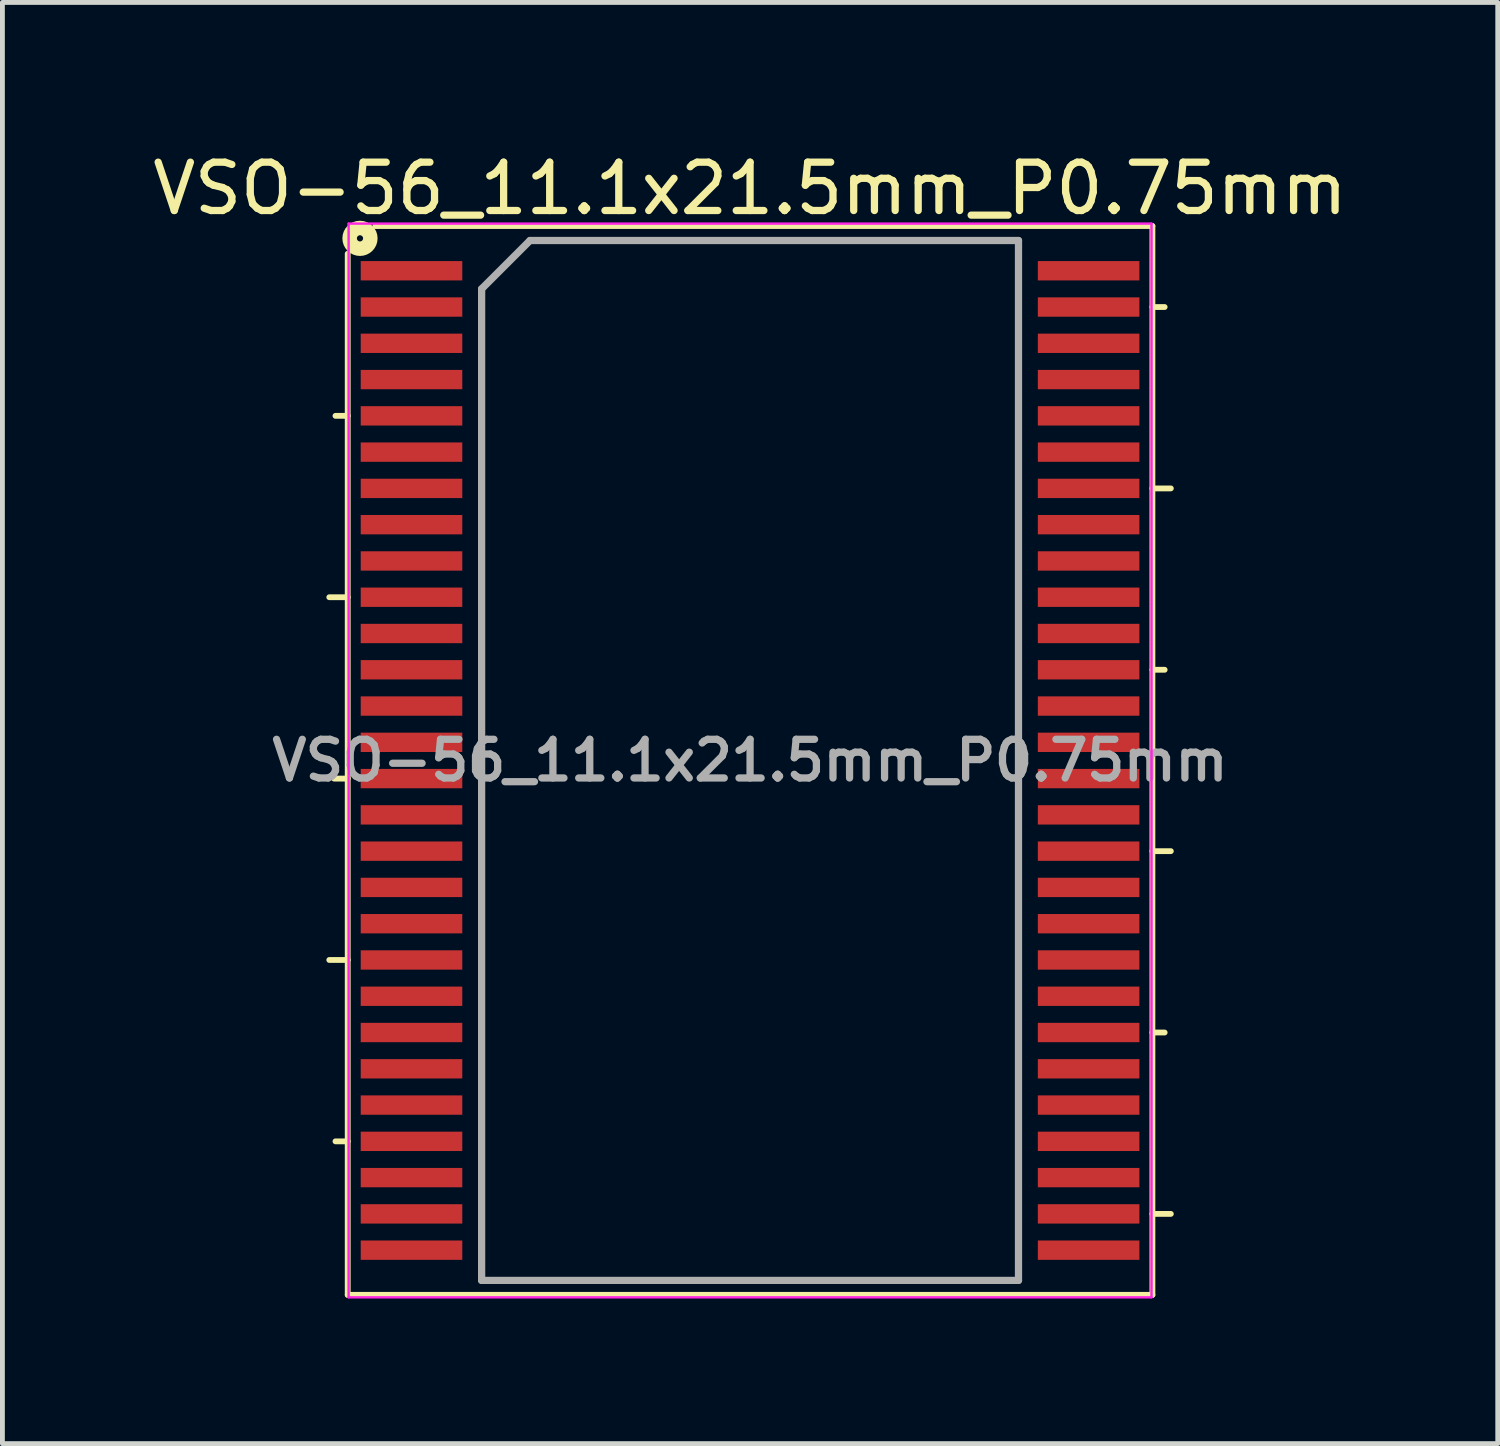
<source format=kicad_pcb>
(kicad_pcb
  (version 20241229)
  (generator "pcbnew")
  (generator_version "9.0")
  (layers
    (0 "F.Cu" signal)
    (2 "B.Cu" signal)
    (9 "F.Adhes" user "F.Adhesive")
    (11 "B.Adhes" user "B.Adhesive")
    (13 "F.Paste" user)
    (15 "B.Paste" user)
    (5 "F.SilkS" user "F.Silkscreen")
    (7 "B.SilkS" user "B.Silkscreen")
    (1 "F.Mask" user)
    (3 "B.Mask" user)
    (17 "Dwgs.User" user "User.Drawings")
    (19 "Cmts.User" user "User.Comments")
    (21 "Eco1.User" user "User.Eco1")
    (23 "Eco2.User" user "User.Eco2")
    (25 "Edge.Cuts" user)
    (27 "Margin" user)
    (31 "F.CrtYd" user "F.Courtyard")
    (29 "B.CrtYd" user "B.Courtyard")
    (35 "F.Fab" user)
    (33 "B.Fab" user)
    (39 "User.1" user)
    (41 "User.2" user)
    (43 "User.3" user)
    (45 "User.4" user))
  (footprint "VSO-56_11.1x21.5mm_P0.75mm"
    (layer "F.Cu")
    (at 12.458 12.673)
    (property "Reference" "VSO-56_11.1x21.5mm_P0.75mm" (at 0 -11.825 0) (layer "F.SilkS") (effects (font (size 1 1) (thickness 0.15))))
    (attr smd)
    (fp_line (start -8.319 -10.477) (end -8.319 11.049) (stroke (width 0.12) (type solid)) (layer "F.SilkS"))
    (fp_line (start -8.319 -7.125) (end -8.572 -7.125) (stroke (width 0.12) (type solid)) (layer "F.SilkS"))
    (fp_line (start -8.319 -3.375) (end -8.7 -3.375) (stroke (width 0.12) (type solid)) (layer "F.SilkS"))
    (fp_line (start -8.319 0.375) (end -8.6 0.375) (stroke (width 0.12) (type solid)) (layer "F.SilkS"))
    (fp_line (start -8.319 4.125) (end -8.7 4.125) (stroke (width 0.12) (type solid)) (layer "F.SilkS"))
    (fp_line (start -8.319 7.875) (end -8.572 7.875) (stroke (width 0.12) (type solid)) (layer "F.SilkS"))
    (fp_line (start -8.319 11.049) (end 8.319 11.049) (stroke (width 0.12) (type solid)) (layer "F.SilkS"))
    (fp_line (start 8.319 -11.049) (end -7.747 -11.049) (stroke (width 0.12) (type solid)) (layer "F.SilkS"))
    (fp_line (start 8.319 -9.375) (end 8.572 -9.375) (stroke (width 0.12) (type solid)) (layer "F.SilkS"))
    (fp_line (start 8.319 -5.625) (end 8.7 -5.625) (stroke (width 0.12) (type solid)) (layer "F.SilkS"))
    (fp_line (start 8.319 -1.875) (end 8.572 -1.875) (stroke (width 0.12) (type solid)) (layer "F.SilkS"))
    (fp_line (start 8.319 1.875) (end 8.7 1.875) (stroke (width 0.12) (type solid)) (layer "F.SilkS"))
    (fp_line (start 8.319 5.625) (end 8.572 5.625) (stroke (width 0.12) (type solid)) (layer "F.SilkS"))
    (fp_line (start 8.319 9.375) (end 8.7 9.375) (stroke (width 0.12) (type solid)) (layer "F.SilkS"))
    (fp_line (start 8.319 11.049) (end 8.319 -11.049) (stroke (width 0.12) (type solid)) (layer "F.SilkS"))
    (fp_circle (center -8.065 -10.795) (end -8.001 -10.795) (stroke (width 0.3) (type solid)) (fill no) (layer "F.SilkS"))
    (fp_line (start -8.3 -11.1) (end -8.3 11.1) (stroke (width 0.05) (type solid)) (layer "F.CrtYd"))
    (fp_line (start -8.3 -11.1) (end 8.3 -11.1) (stroke (width 0.05) (type solid)) (layer "F.CrtYd"))
    (fp_line (start -8.3 11.1) (end 8.3 11.1) (stroke (width 0.05) (type solid)) (layer "F.CrtYd"))
    (fp_line (start 8.3 -11.1) (end 8.3 11.1) (stroke (width 0.05) (type solid)) (layer "F.CrtYd"))
    (fp_line (start -5.55 -9.75) (end -4.55 -10.75) (stroke (width 0.15) (type solid)) (layer "F.Fab"))
    (fp_line (start -5.55 10.75) (end -5.55 -9.75) (stroke (width 0.15) (type solid)) (layer "F.Fab"))
    (fp_line (start -4.55 -10.75) (end 5.55 -10.75) (stroke (width 0.15) (type solid)) (layer "F.Fab"))
    (fp_line (start 5.55 -10.75) (end 5.55 10.75) (stroke (width 0.15) (type solid)) (layer "F.Fab"))
    (fp_line (start 5.55 10.75) (end -5.55 10.75) (stroke (width 0.15) (type solid)) (layer "F.Fab"))
    (fp_text user "${REFERENCE}" (at 0 0 0) (layer "F.Fab") (effects (font (size 0.8 0.8) (thickness 0.15))))
    (pad "1" smd rect (at -7 -10.125) (size 2.1 0.4) (layers "F.Cu" "F.Mask" "F.Paste"))
    (pad "2" smd rect (at -7 -9.375) (size 2.1 0.4) (layers "F.Cu" "F.Mask" "F.Paste"))
    (pad "3" smd rect (at -7 -8.625) (size 2.1 0.4) (layers "F.Cu" "F.Mask" "F.Paste"))
    (pad "4" smd rect (at -7 -7.875) (size 2.1 0.4) (layers "F.Cu" "F.Mask" "F.Paste"))
    (pad "5" smd rect (at -7 -7.125) (size 2.1 0.4) (layers "F.Cu" "F.Mask" "F.Paste"))
    (pad "6" smd rect (at -7 -6.375) (size 2.1 0.4) (layers "F.Cu" "F.Mask" "F.Paste"))
    (pad "7" smd rect (at -7 -5.625) (size 2.1 0.4) (layers "F.Cu" "F.Mask" "F.Paste"))
    (pad "8" smd rect (at -7 -4.875) (size 2.1 0.4) (layers "F.Cu" "F.Mask" "F.Paste"))
    (pad "9" smd rect (at -7 -4.125) (size 2.1 0.4) (layers "F.Cu" "F.Mask" "F.Paste"))
    (pad "10" smd rect (at -7 -3.375) (size 2.1 0.4) (layers "F.Cu" "F.Mask" "F.Paste"))
    (pad "11" smd rect (at -7 -2.625) (size 2.1 0.4) (layers "F.Cu" "F.Mask" "F.Paste"))
    (pad "12" smd rect (at -7 -1.875) (size 2.1 0.4) (layers "F.Cu" "F.Mask" "F.Paste"))
    (pad "13" smd rect (at -7 -1.125) (size 2.1 0.4) (layers "F.Cu" "F.Mask" "F.Paste"))
    (pad "14" smd rect (at -7 -0.375) (size 2.1 0.4) (layers "F.Cu" "F.Mask" "F.Paste"))
    (pad "15" smd rect (at -7 0.375) (size 2.1 0.4) (layers "F.Cu" "F.Mask" "F.Paste"))
    (pad "16" smd rect (at -7 1.125) (size 2.1 0.4) (layers "F.Cu" "F.Mask" "F.Paste"))
    (pad "17" smd rect (at -7 1.875) (size 2.1 0.4) (layers "F.Cu" "F.Mask" "F.Paste"))
    (pad "18" smd rect (at -7 2.625) (size 2.1 0.4) (layers "F.Cu" "F.Mask" "F.Paste"))
    (pad "19" smd rect (at -7 3.375) (size 2.1 0.4) (layers "F.Cu" "F.Mask" "F.Paste"))
    (pad "20" smd rect (at -7 4.125) (size 2.1 0.4) (layers "F.Cu" "F.Mask" "F.Paste"))
    (pad "21" smd rect (at -7 4.875) (size 2.1 0.4) (layers "F.Cu" "F.Mask" "F.Paste"))
    (pad "22" smd rect (at -7 5.625) (size 2.1 0.4) (layers "F.Cu" "F.Mask" "F.Paste"))
    (pad "23" smd rect (at -7 6.375) (size 2.1 0.4) (layers "F.Cu" "F.Mask" "F.Paste"))
    (pad "24" smd rect (at -7 7.125) (size 2.1 0.4) (layers "F.Cu" "F.Mask" "F.Paste"))
    (pad "25" smd rect (at -7 7.875) (size 2.1 0.4) (layers "F.Cu" "F.Mask" "F.Paste"))
    (pad "26" smd rect (at -7 8.625) (size 2.1 0.4) (layers "F.Cu" "F.Mask" "F.Paste"))
    (pad "27" smd rect (at -7 9.375) (size 2.1 0.4) (layers "F.Cu" "F.Mask" "F.Paste"))
    (pad "28" smd rect (at -7 10.125) (size 2.1 0.4) (layers "F.Cu" "F.Mask" "F.Paste"))
    (pad "29" smd rect (at 7 10.125) (size 2.1 0.4) (layers "F.Cu" "F.Mask" "F.Paste"))
    (pad "30" smd rect (at 7 9.375) (size 2.1 0.4) (layers "F.Cu" "F.Mask" "F.Paste"))
    (pad "31" smd rect (at 7 8.625) (size 2.1 0.4) (layers "F.Cu" "F.Mask" "F.Paste"))
    (pad "32" smd rect (at 7 7.875) (size 2.1 0.4) (layers "F.Cu" "F.Mask" "F.Paste"))
    (pad "33" smd rect (at 7 7.125) (size 2.1 0.4) (layers "F.Cu" "F.Mask" "F.Paste"))
    (pad "34" smd rect (at 7 6.375) (size 2.1 0.4) (layers "F.Cu" "F.Mask" "F.Paste"))
    (pad "35" smd rect (at 7 5.625) (size 2.1 0.4) (layers "F.Cu" "F.Mask" "F.Paste"))
    (pad "36" smd rect (at 7 4.875) (size 2.1 0.4) (layers "F.Cu" "F.Mask" "F.Paste"))
    (pad "37" smd rect (at 7 4.125) (size 2.1 0.4) (layers "F.Cu" "F.Mask" "F.Paste"))
    (pad "38" smd rect (at 7 3.375) (size 2.1 0.4) (layers "F.Cu" "F.Mask" "F.Paste"))
    (pad "39" smd rect (at 7 2.625) (size 2.1 0.4) (layers "F.Cu" "F.Mask" "F.Paste"))
    (pad "40" smd rect (at 7 1.875) (size 2.1 0.4) (layers "F.Cu" "F.Mask" "F.Paste"))
    (pad "41" smd rect (at 7 1.125) (size 2.1 0.4) (layers "F.Cu" "F.Mask" "F.Paste"))
    (pad "42" smd rect (at 7 0.375) (size 2.1 0.4) (layers "F.Cu" "F.Mask" "F.Paste"))
    (pad "43" smd rect (at 7 -0.375) (size 2.1 0.4) (layers "F.Cu" "F.Mask" "F.Paste"))
    (pad "44" smd rect (at 7 -1.125) (size 2.1 0.4) (layers "F.Cu" "F.Mask" "F.Paste"))
    (pad "45" smd rect (at 7 -1.875) (size 2.1 0.4) (layers "F.Cu" "F.Mask" "F.Paste"))
    (pad "46" smd rect (at 7 -2.625) (size 2.1 0.4) (layers "F.Cu" "F.Mask" "F.Paste"))
    (pad "47" smd rect (at 7 -3.375) (size 2.1 0.4) (layers "F.Cu" "F.Mask" "F.Paste"))
    (pad "48" smd rect (at 7 -4.125) (size 2.1 0.4) (layers "F.Cu" "F.Mask" "F.Paste"))
    (pad "49" smd rect (at 7 -4.875) (size 2.1 0.4) (layers "F.Cu" "F.Mask" "F.Paste"))
    (pad "50" smd rect (at 7 -5.625) (size 2.1 0.4) (layers "F.Cu" "F.Mask" "F.Paste"))
    (pad "51" smd rect (at 7 -6.375) (size 2.1 0.4) (layers "F.Cu" "F.Mask" "F.Paste"))
    (pad "52" smd rect (at 7 -7.125) (size 2.1 0.4) (layers "F.Cu" "F.Mask" "F.Paste"))
    (pad "53" smd rect (at 7 -7.875) (size 2.1 0.4) (layers "F.Cu" "F.Mask" "F.Paste"))
    (pad "54" smd rect (at 7 -8.625) (size 2.1 0.4) (layers "F.Cu" "F.Mask" "F.Paste"))
    (pad "55" smd rect (at 7 -9.375) (size 2.1 0.4) (layers "F.Cu" "F.Mask" "F.Paste"))
    (pad "56" smd rect (at 7 -10.125) (size 2.1 0.4) (layers "F.Cu" "F.Mask" "F.Paste")))
  (gr_rect
    (start -3 -3)
    (end 27.917 26.798)
    (stroke (width 0.1) (type default))
    (fill no)
    (layer "Edge.Cuts")))
</source>
